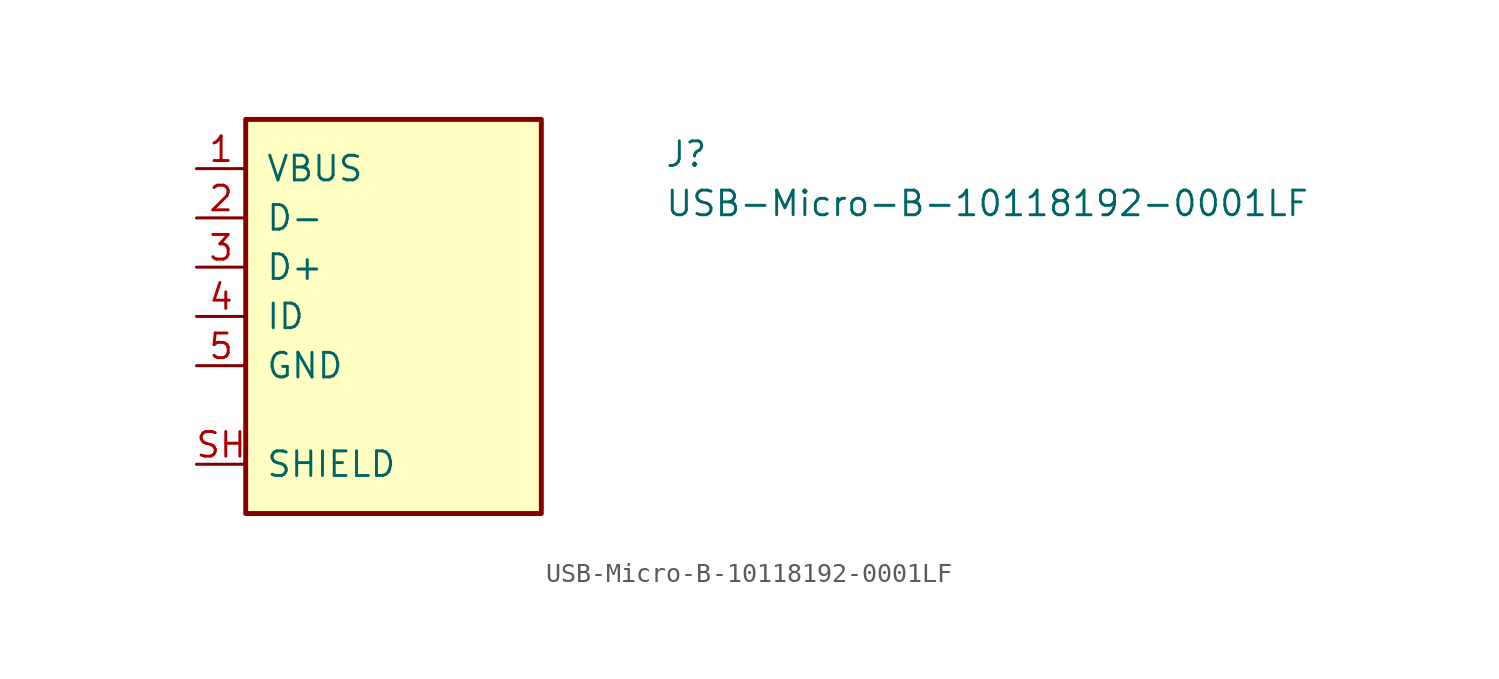
<source format=kicad_sym>
(kicad_symbol_lib
  (version 20211014)
  (generator kicad_symbol_editor)
  (symbol "USB-Micro-B-10118192-0001LF"
    (pin_names
      (offset 1.016))
    (property "Reference" "J"
      (at 24.13 0 0)
      (effects (font (size 1.27 1.27) (thickness 0.15)) (justify left bottom)))
    (property "Value" "USB-Micro-B-10118192-0001LF"
      (at 24.13 -2.54 0)
      (effects (font (size 1.27 1.27) (thickness 0.15)) (justify left bottom)))
    (symbol "USB-Micro-B-10118192-0001LF_1_1"
      (rectangle (start 2.54 -17.78) (end 17.78 2.54) (stroke (width 0.254) (type default) (color 0 0 0 0)) (fill (type background)))
      (pin power_in line (at 0 0 0) (length 2.54) (name "VBUS" (effects (font (size 1.27 1.27)))) (number "1" (effects (font (size 1.27 1.27)))))
      (pin bidirectional line (at 0 -2.54 0) (length 2.54) (name "D-" (effects (font (size 1.27 1.27)))) (number "2" (effects (font (size 1.27 1.27)))))
      (pin bidirectional line (at 0 -5.08 0) (length 2.54) (name "D+" (effects (font (size 1.27 1.27)))) (number "3" (effects (font (size 1.27 1.27)))))
      (pin bidirectional line (at 0 -7.62 0) (length 2.54) (name "ID" (effects (font (size 1.27 1.27)))) (number "4" (effects (font (size 1.27 1.27)))))
      (pin power_in line (at 0 -10.16 0) (length 2.54) (name "GND" (effects (font (size 1.27 1.27)))) (number "5" (effects (font (size 1.27 1.27)))))
      (pin passive line (at 0 -15.24 0) (length 2.54) (name "SHIELD" (effects (font (size 1.27 1.27)))) (number "SH" (effects (font (size 1.27 1.27))))))))
</source>
